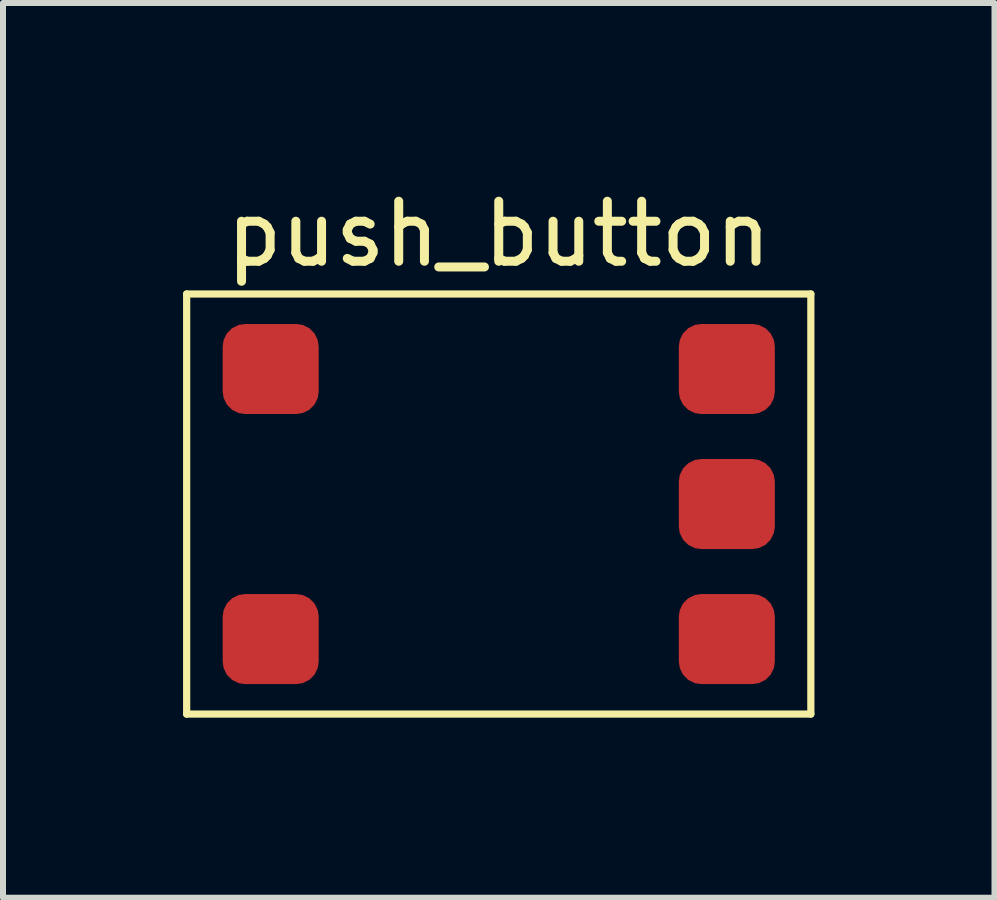
<source format=kicad_pcb>
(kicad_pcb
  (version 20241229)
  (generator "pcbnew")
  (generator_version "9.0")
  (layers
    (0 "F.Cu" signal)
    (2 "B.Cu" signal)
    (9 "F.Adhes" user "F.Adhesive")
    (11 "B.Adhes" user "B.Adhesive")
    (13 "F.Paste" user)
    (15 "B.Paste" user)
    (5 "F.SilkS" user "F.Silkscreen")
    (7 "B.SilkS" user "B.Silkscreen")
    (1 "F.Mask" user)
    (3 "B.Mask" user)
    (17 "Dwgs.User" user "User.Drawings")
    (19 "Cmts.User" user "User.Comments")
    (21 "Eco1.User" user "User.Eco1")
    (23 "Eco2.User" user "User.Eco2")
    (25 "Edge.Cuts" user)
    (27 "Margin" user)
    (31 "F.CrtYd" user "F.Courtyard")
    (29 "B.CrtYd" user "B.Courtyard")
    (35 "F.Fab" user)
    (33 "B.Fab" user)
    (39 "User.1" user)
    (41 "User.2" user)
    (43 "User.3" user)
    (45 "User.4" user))
  (footprint "push_button"
    (layer "F.Cu")
    (at 5.26 5.348)
    (property "Reference" "push_button" (at 0 -4.5 0) (unlocked yes) (layer "F.SilkS") (effects (font (size 1 1) (thickness 0.15))))
    (attr smd)
    (fp_line (start -5.2 -3.5) (end 5.2 -3.5) (stroke (width 0.12) (type default)) (layer "F.SilkS"))
    (fp_line (start -5.2 3.5) (end -5.2 -3.5) (stroke (width 0.12) (type default)) (layer "F.SilkS"))
    (fp_line (start 5.2 -3.5) (end 5.2 3.5) (stroke (width 0.12) (type default)) (layer "F.SilkS"))
    (fp_line (start 5.2 3.5) (end -5.2 3.5) (stroke (width 0.12) (type default)) (layer "F.SilkS"))
    (pad "1" smd roundrect (at -3.8 -2.25) (size 1.6 1.5) (layers "F.Cu" "F.Mask" "F.Paste") (roundrect_rratio 0.25))
    (pad "2" smd roundrect (at 3.8 -2.25) (size 1.6 1.5) (layers "F.Cu" "F.Mask" "F.Paste") (roundrect_rratio 0.25))
    (pad "3" smd roundrect (at -3.8 2.25) (size 1.6 1.5) (layers "F.Cu" "F.Mask" "F.Paste") (roundrect_rratio 0.25))
    (pad "4" smd roundrect (at 3.8 2.25) (size 1.6 1.5) (layers "F.Cu" "F.Mask" "F.Paste") (roundrect_rratio 0.25))
    (pad "5" smd roundrect (at 3.8 0) (size 1.6 1.5) (layers "F.Cu" "F.Mask" "F.Paste") (roundrect_rratio 0.25)))
  (gr_rect
    (start -3 -3)
    (end 13.52 11.908)
    (stroke (width 0.1) (type default))
    (fill no)
    (layer "Edge.Cuts")))
</source>
